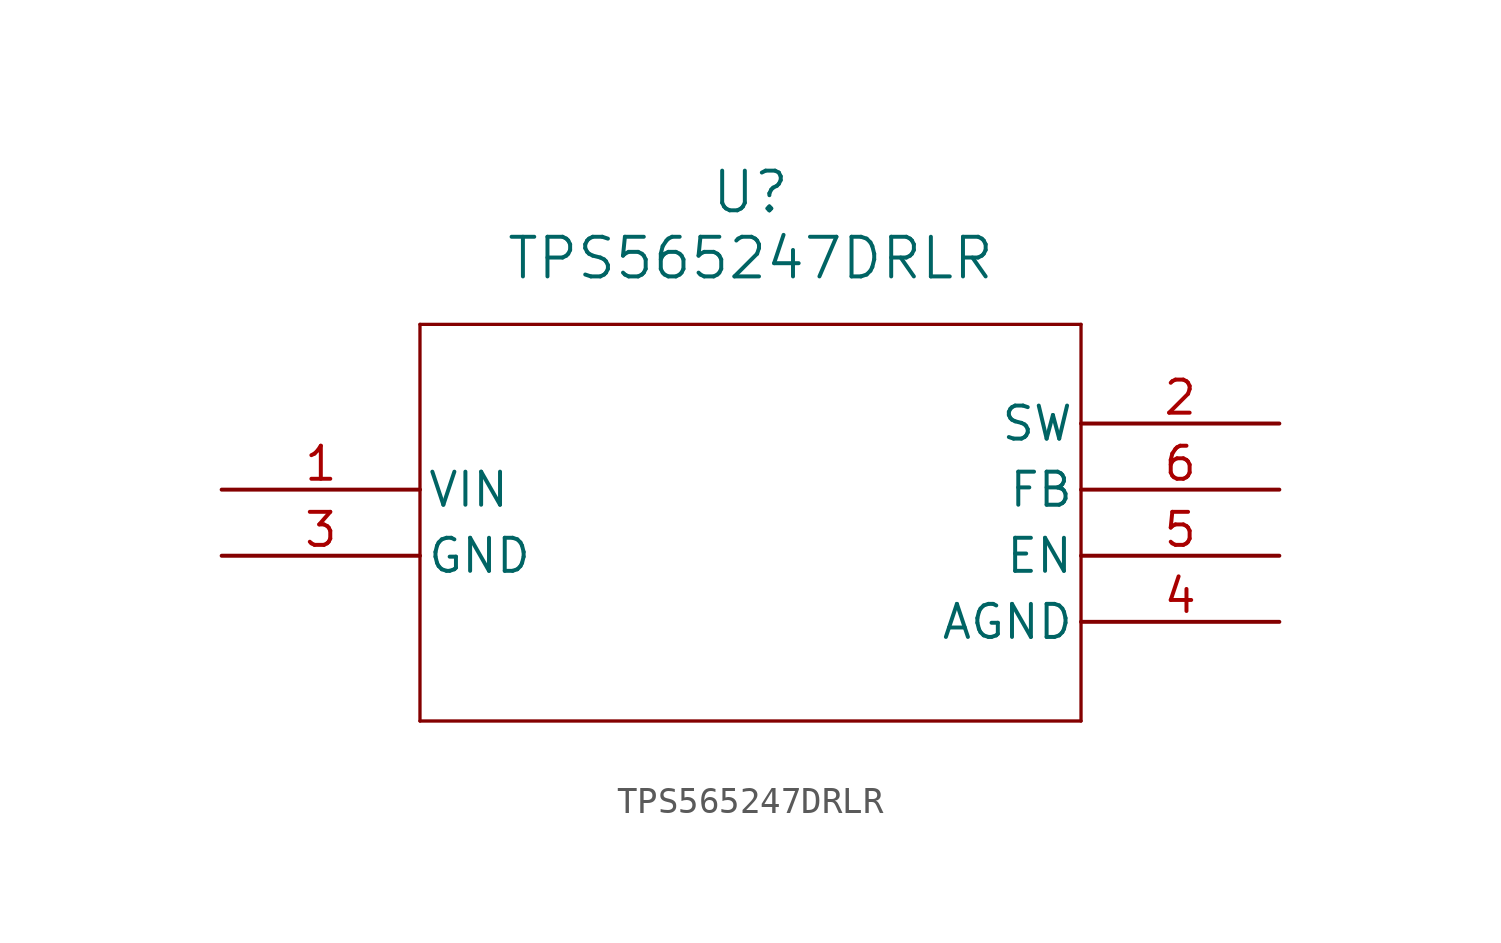
<source format=kicad_sym>
(kicad_symbol_lib
  (version 20231120)
  (generator "kicad_symbol_editor")
  (generator_version "8.0")
  (symbol "TPS565247DRLR"
    (pin_names
      (offset 0.254))
    (property "Reference" "U"
      (at 20.32 10.16 0)
      (effects (font (size 1.524 1.524))))
    (property "Value" "TPS565247DRLR"
      (at 20.32 7.62 0)
      (effects (font (size 1.524 1.524))))
    (symbol "TPS565247DRLR_0_1"
      (polyline (pts (xy 7.62 -10.16) (xy 33.02 -10.16)) (stroke (width 0.127) (type default)) (fill (type none)))
      (polyline (pts (xy 7.62 5.08) (xy 7.62 -10.16)) (stroke (width 0.127) (type default)) (fill (type none)))
      (polyline (pts (xy 33.02 -10.16) (xy 33.02 5.08)) (stroke (width 0.127) (type default)) (fill (type none)))
      (polyline (pts (xy 33.02 5.08) (xy 7.62 5.08)) (stroke (width 0.127) (type default)) (fill (type none)))
      (pin input line (at 40.64 -3.81 180) (length 7.62) (name "EN" (effects (font (size 1.27 1.27)))) (number "5" (effects (font (size 1.27 1.27)))))
      (pin input line (at 40.64 -1.27 180) (length 7.62) (name "FB" (effects (font (size 1.27 1.27)))) (number "6" (effects (font (size 1.27 1.27))))))
    (symbol "TPS565247DRLR_1_1"
      (pin power_in line (at 0 -1.27 0) (length 7.62) (name "VIN" (effects (font (size 1.27 1.27)))) (number "1" (effects (font (size 1.27 1.27)))))
      (pin power_out line (at 40.64 1.27 180) (length 7.62) (name "SW" (effects (font (size 1.27 1.27)))) (number "2" (effects (font (size 1.27 1.27)))))
      (pin power_in line (at 0 -3.81 0) (length 7.62) (name "GND" (effects (font (size 1.27 1.27)))) (number "3" (effects (font (size 1.27 1.27)))))
      (pin power_in line (at 40.64 -6.35 180) (length 7.62) (name "AGND" (effects (font (size 1.27 1.27)))) (number "4" (effects (font (size 1.27 1.27))))))))
</source>
